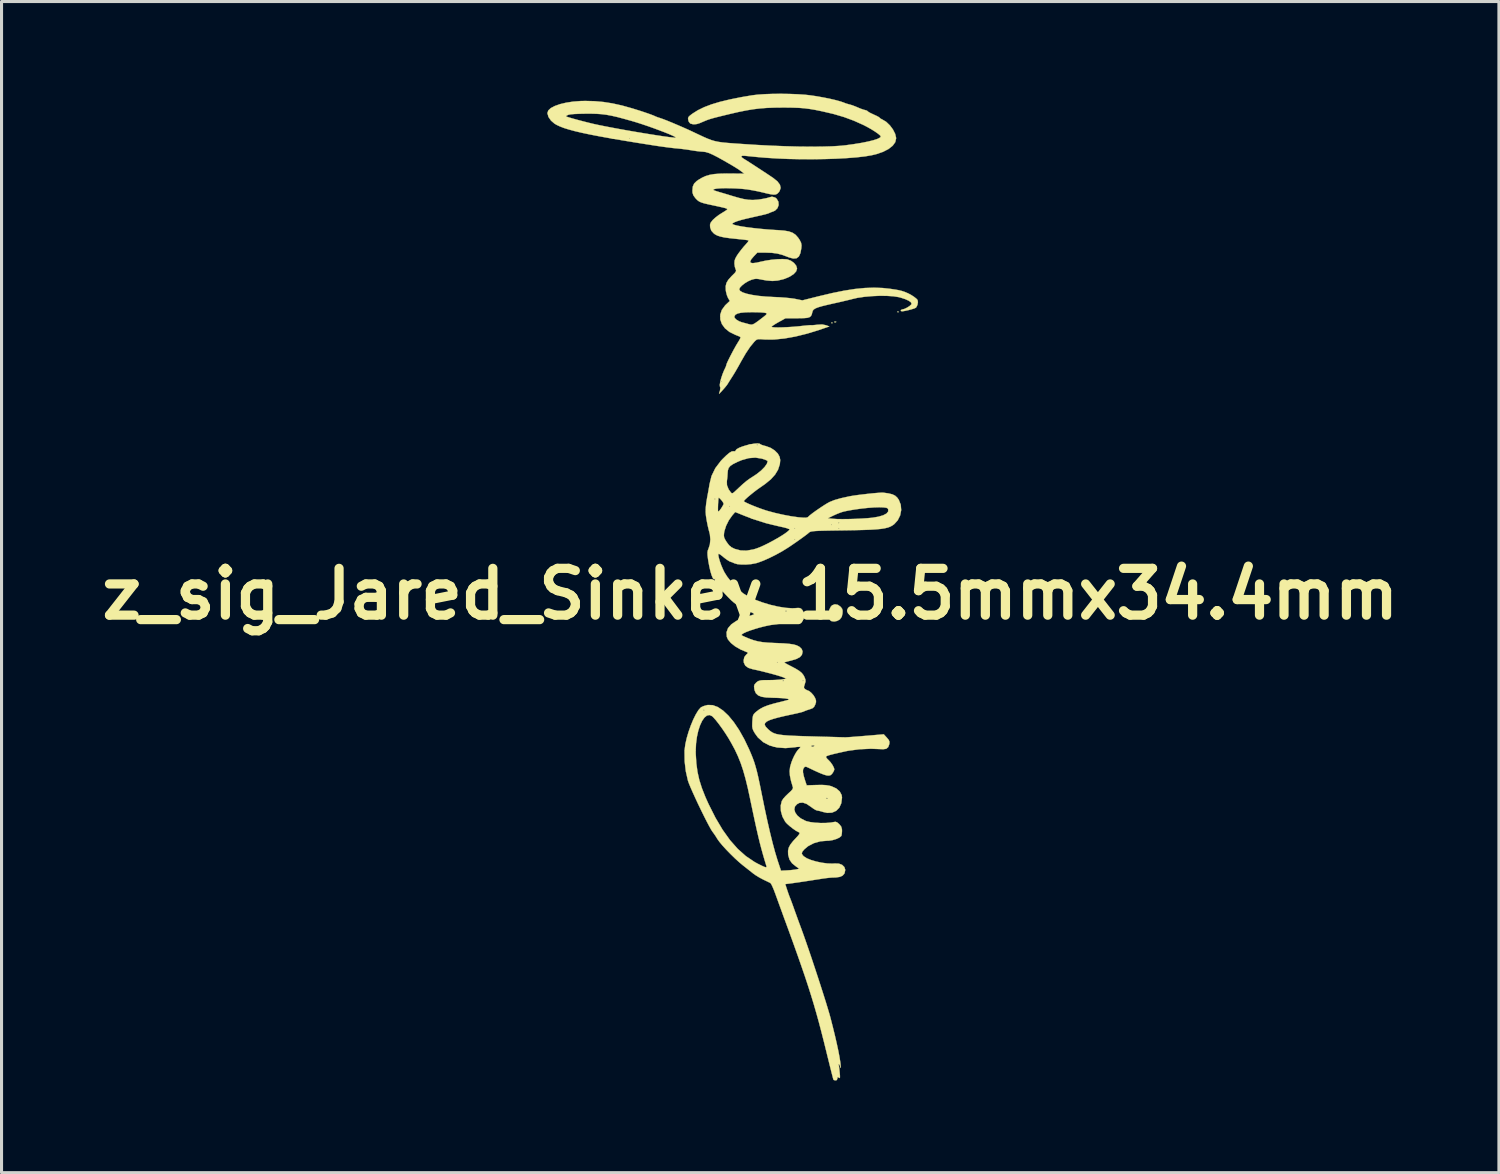
<source format=kicad_pcb>
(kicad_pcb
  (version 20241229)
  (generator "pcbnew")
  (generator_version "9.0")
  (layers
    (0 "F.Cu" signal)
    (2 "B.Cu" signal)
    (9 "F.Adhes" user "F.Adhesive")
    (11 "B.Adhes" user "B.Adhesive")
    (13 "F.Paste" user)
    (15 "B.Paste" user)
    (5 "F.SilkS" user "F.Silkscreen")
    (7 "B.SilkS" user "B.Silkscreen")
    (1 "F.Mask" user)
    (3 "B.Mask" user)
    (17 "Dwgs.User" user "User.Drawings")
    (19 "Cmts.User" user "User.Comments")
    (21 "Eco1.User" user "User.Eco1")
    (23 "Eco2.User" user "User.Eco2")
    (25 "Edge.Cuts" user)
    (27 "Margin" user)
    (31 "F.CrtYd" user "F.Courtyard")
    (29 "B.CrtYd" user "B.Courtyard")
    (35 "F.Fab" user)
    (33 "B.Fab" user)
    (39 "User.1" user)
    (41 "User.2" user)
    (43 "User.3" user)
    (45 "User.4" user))
  (footprint "z_sig_Jared_Sinkey_15.5mmx34.4mm"
    (layer "F.Cu")
    (at 21.38 16.292)
    (property "Reference" "z_sig_Jared_Sinkey_15.5mmx34.4mm" (at 0 0 0) (layer "F.SilkS") (effects (font (size 1.524 1.524) (thickness 0.3))))
    (attr through_hole)
    (fp_poly (pts (xy 2.679 -8.835) (xy 2.675 -8.817) (xy 2.66 -8.815) (xy 2.635 -8.826) (xy 2.64 -8.835) (xy 2.675 -8.839) (xy 2.679 -8.835)) (stroke (width 0.01) (type solid)) (fill yes) (layer "F.SilkS"))
    (fp_poly (pts (xy 2.801 -8.863) (xy 2.792 -8.85) (xy 2.762 -8.848) (xy 2.73 -8.855) (xy 2.744 -8.866) (xy 2.79 -8.869) (xy 2.801 -8.863)) (stroke (width 0.01) (type solid)) (fill yes) (layer "F.SilkS"))
    (fp_poly (pts (xy 4.831 -9.194) (xy 4.827 -9.176) (xy 4.811 -9.174) (xy 4.786 -9.185) (xy 4.791 -9.194) (xy 4.827 -9.197) (xy 4.831 -9.194)) (stroke (width 0.01) (type solid)) (fill yes) (layer "F.SilkS"))
    (fp_poly (pts (xy 2.854 0.353) (xy 2.939 0.413) (xy 2.99 0.478) (xy 3.008 0.545) (xy 3.005 0.629) (xy 2.98 0.742) (xy 2.922 0.822) (xy 2.914 0.829) (xy 2.829 0.877) (xy 2.732 0.896) (xy 2.646 0.884) (xy 2.602 0.854) (xy 2.56 0.762) (xy 2.551 0.644) (xy 2.572 0.521) (xy 2.621 0.417) (xy 2.666 0.368) (xy 2.756 0.335) (xy 2.854 0.353)) (stroke (width 0.01) (type solid)) (fill yes) (layer "F.SilkS"))
    (fp_poly (pts (xy 1.28 -16.283) (xy 1.544 -16.273) (xy 1.782 -16.257) (xy 1.93 -16.241) (xy 2.146 -16.21) (xy 2.366 -16.171) (xy 2.579 -16.129) (xy 2.772 -16.084) (xy 2.933 -16.04) (xy 3.051 -16) (xy 3.079 -15.987) (xy 3.139 -15.966) (xy 3.222 -15.943) (xy 3.228 -15.942) (xy 3.316 -15.916) (xy 3.425 -15.875) (xy 3.488 -15.848) (xy 3.593 -15.804) (xy 3.69 -15.77) (xy 3.735 -15.759) (xy 3.798 -15.74) (xy 3.825 -15.719) (xy 3.825 -15.719) (xy 3.85 -15.697) (xy 3.917 -15.66) (xy 4.011 -15.616) (xy 4.019 -15.612) (xy 4.115 -15.568) (xy 4.184 -15.531) (xy 4.213 -15.508) (xy 4.213 -15.507) (xy 4.238 -15.483) (xy 4.298 -15.451) (xy 4.303 -15.449) (xy 4.428 -15.374) (xy 4.547 -15.26) (xy 4.647 -15.125) (xy 4.719 -14.983) (xy 4.75 -14.851) (xy 4.75 -14.837) (xy 4.722 -14.713) (xy 4.638 -14.597) (xy 4.504 -14.491) (xy 4.324 -14.398) (xy 4.102 -14.322) (xy 3.959 -14.288) (xy 3.737 -14.25) (xy 3.465 -14.219) (xy 3.15 -14.194) (xy 2.802 -14.175) (xy 2.43 -14.163) (xy 2.042 -14.157) (xy 1.647 -14.158) (xy 1.254 -14.166) (xy 0.872 -14.182) (xy 0.509 -14.205) (xy 0.269 -14.225) (xy 0.122 -14.239) (xy -0.016 -14.253) (xy -0.127 -14.264) (xy -0.172 -14.268) (xy -0.261 -14.269) (xy -0.294 -14.251) (xy -0.271 -14.214) (xy -0.217 -14.175) (xy -0.11 -14.109) (xy 0.032 -14.018) (xy 0.195 -13.912) (xy 0.366 -13.8) (xy 0.531 -13.692) (xy 0.674 -13.596) (xy 0.747 -13.547) (xy 0.887 -13.434) (xy 0.967 -13.326) (xy 0.99 -13.222) (xy 0.955 -13.119) (xy 0.921 -13.074) (xy 0.879 -13.033) (xy 0.831 -13.01) (xy 0.765 -13.004) (xy 0.672 -13.015) (xy 0.54 -13.043) (xy 0.424 -13.072) (xy 0.258 -13.11) (xy 0.075 -13.146) (xy -0.094 -13.174) (xy -0.134 -13.179) (xy -0.291 -13.195) (xy -0.465 -13.206) (xy -0.645 -13.212) (xy -0.817 -13.214) (xy -0.969 -13.21) (xy -1.089 -13.201) (xy -1.162 -13.187) (xy -1.165 -13.186) (xy -1.198 -13.17) (xy -1.198 -13.154) (xy -1.16 -13.135) (xy -1.074 -13.108) (xy -1.016 -13.09) (xy -0.876 -13.049) (xy -0.728 -13.005) (xy -0.613 -12.969) (xy -0.391 -12.904) (xy -0.211 -12.86) (xy -0.057 -12.836) (xy 0.084 -12.83) (xy 0.226 -12.839) (xy 0.287 -12.846) (xy 0.411 -12.866) (xy 0.517 -12.887) (xy 0.588 -12.905) (xy 0.601 -12.911) (xy 0.708 -12.938) (xy 0.811 -12.91) (xy 0.861 -12.87) (xy 0.917 -12.772) (xy 0.924 -12.664) (xy 0.886 -12.563) (xy 0.808 -12.485) (xy 0.75 -12.458) (xy 0.672 -12.43) (xy 0.618 -12.406) (xy 0.613 -12.403) (xy 0.571 -12.387) (xy 0.487 -12.363) (xy 0.378 -12.337) (xy 0.359 -12.332) (xy 0.215 -12.3) (xy 0.048 -12.262) (xy -0.109 -12.226) (xy -0.12 -12.224) (xy -0.286 -12.182) (xy -0.423 -12.141) (xy -0.521 -12.102) (xy -0.576 -12.069) (xy -0.579 -12.045) (xy -0.524 -12.021) (xy -0.418 -11.994) (xy -0.269 -11.966) (xy -0.086 -11.939) (xy 0.124 -11.913) (xy 0.352 -11.889) (xy 0.59 -11.868) (xy 0.829 -11.852) (xy 0.892 -11.849) (xy 1.099 -11.833) (xy 1.258 -11.806) (xy 1.38 -11.762) (xy 1.477 -11.696) (xy 1.559 -11.603) (xy 1.611 -11.525) (xy 1.655 -11.437) (xy 1.67 -11.353) (xy 1.664 -11.263) (xy 1.633 -11.099) (xy 1.582 -10.989) (xy 1.507 -10.932) (xy 1.402 -10.923) (xy 1.264 -10.96) (xy 1.221 -10.977) (xy 1.041 -11.044) (xy 0.877 -11.086) (xy 0.704 -11.109) (xy 0.497 -11.116) (xy 0.496 -11.116) (xy 0.23 -11.116) (xy 0.115 -10.995) (xy 0.031 -10.896) (xy -0.003 -10.826) (xy 0.015 -10.785) (xy 0.083 -10.773) (xy 0.204 -10.788) (xy 0.334 -10.818) (xy 0.506 -10.855) (xy 0.695 -10.884) (xy 0.884 -10.901) (xy 1.055 -10.906) (xy 1.189 -10.898) (xy 1.208 -10.895) (xy 1.323 -10.853) (xy 1.424 -10.78) (xy 1.496 -10.691) (xy 1.524 -10.598) (xy 1.524 -10.597) (xy 1.495 -10.506) (xy 1.414 -10.417) (xy 1.288 -10.335) (xy 1.125 -10.265) (xy 1.074 -10.249) (xy 0.893 -10.206) (xy 0.722 -10.193) (xy 0.537 -10.208) (xy 0.39 -10.234) (xy 0.273 -10.257) (xy 0.191 -10.264) (xy 0.12 -10.255) (xy 0.038 -10.231) (xy 0.037 -10.231) (xy -0.07 -10.184) (xy -0.177 -10.119) (xy -0.27 -10.046) (xy -0.335 -9.977) (xy -0.359 -9.922) (xy -0.33 -9.87) (xy -0.247 -9.821) (xy -0.115 -9.777) (xy 0.059 -9.739) (xy 0.27 -9.707) (xy 0.513 -9.684) (xy 0.777 -9.67) (xy 0.96 -9.662) (xy 1.143 -9.648) (xy 1.309 -9.632) (xy 1.438 -9.614) (xy 1.469 -9.608) (xy 1.697 -9.561) (xy 2.231 -9.695) (xy 2.667 -9.798) (xy 3.057 -9.877) (xy 3.408 -9.932) (xy 3.729 -9.964) (xy 4.028 -9.974) (xy 4.311 -9.964) (xy 4.551 -9.938) (xy 4.719 -9.913) (xy 4.843 -9.891) (xy 4.942 -9.866) (xy 5.032 -9.836) (xy 5.128 -9.795) (xy 5.14 -9.79) (xy 5.235 -9.74) (xy 5.331 -9.678) (xy 5.409 -9.617) (xy 5.448 -9.574) (xy 5.46 -9.504) (xy 5.445 -9.416) (xy 5.409 -9.341) (xy 5.392 -9.322) (xy 5.344 -9.299) (xy 5.257 -9.272) (xy 5.151 -9.243) (xy 5.046 -9.22) (xy 4.96 -9.206) (xy 4.938 -9.205) (xy 4.903 -9.218) (xy 4.908 -9.247) (xy 4.947 -9.266) (xy 4.953 -9.266) (xy 5.023 -9.284) (xy 5.108 -9.325) (xy 5.188 -9.376) (xy 5.242 -9.426) (xy 5.253 -9.449) (xy 5.234 -9.497) (xy 5.163 -9.549) (xy 5.05 -9.601) (xy 4.903 -9.649) (xy 4.834 -9.667) (xy 4.662 -9.694) (xy 4.448 -9.708) (xy 4.208 -9.71) (xy 3.958 -9.699) (xy 3.714 -9.677) (xy 3.492 -9.644) (xy 3.332 -9.607) (xy 3.25 -9.586) (xy 3.124 -9.556) (xy 2.969 -9.519) (xy 2.798 -9.48) (xy 2.719 -9.463) (xy 2.501 -9.413) (xy 2.334 -9.372) (xy 2.212 -9.336) (xy 2.127 -9.302) (xy 2.072 -9.268) (xy 2.04 -9.231) (xy 2.024 -9.188) (xy 2.023 -9.185) (xy 2.004 -9.106) (xy 1.976 -9.05) (xy 1.93 -9.014) (xy 1.857 -8.992) (xy 1.747 -8.983) (xy 1.589 -8.98) (xy 1.534 -8.979) (xy 1.15 -8.979) (xy 0.928 -8.857) (xy 0.825 -8.798) (xy 0.745 -8.746) (xy 0.699 -8.709) (xy 0.694 -8.702) (xy 0.717 -8.689) (xy 0.79 -8.682) (xy 0.903 -8.679) (xy 1.046 -8.682) (xy 1.21 -8.689) (xy 1.385 -8.7) (xy 1.562 -8.715) (xy 1.688 -8.729) (xy 1.811 -8.742) (xy 1.911 -8.751) (xy 1.975 -8.754) (xy 1.987 -8.753) (xy 2.031 -8.753) (xy 2.114 -8.76) (xy 2.186 -8.768) (xy 2.34 -8.777) (xy 2.464 -8.752) (xy 2.465 -8.752) (xy 2.575 -8.712) (xy 2.236 -8.596) (xy 1.848 -8.477) (xy 1.471 -8.384) (xy 1.113 -8.32) (xy 0.785 -8.287) (xy 0.495 -8.286) (xy 0.447 -8.289) (xy 0.332 -8.298) (xy 0.259 -8.297) (xy 0.21 -8.282) (xy 0.168 -8.25) (xy 0.129 -8.21) (xy -0.005 -8.047) (xy -0.149 -7.832) (xy -0.305 -7.561) (xy -0.313 -7.545) (xy -0.392 -7.403) (xy -0.478 -7.253) (xy -0.557 -7.123) (xy -0.583 -7.082) (xy -0.647 -6.982) (xy -0.7 -6.898) (xy -0.733 -6.844) (xy -0.735 -6.84) (xy -0.766 -6.796) (xy -0.818 -6.731) (xy -0.881 -6.659) (xy -0.942 -6.591) (xy -0.99 -6.541) (xy -1.015 -6.522) (xy -1.016 -6.523) (xy -1.006 -6.561) (xy -0.986 -6.619) (xy -0.973 -6.716) (xy -0.986 -6.754) (xy -0.992 -6.811) (xy -0.977 -6.907) (xy -0.974 -6.918) (xy -0.956 -6.918) (xy -0.941 -6.903) (xy -0.926 -6.918) (xy -0.941 -6.933) (xy -0.956 -6.918) (xy -0.974 -6.918) (xy -0.946 -7.027) (xy -0.903 -7.156) (xy -0.853 -7.28) (xy -0.825 -7.336) (xy -0.792 -7.409) (xy -0.777 -7.462) (xy -0.777 -7.464) (xy -0.763 -7.507) (xy -0.726 -7.589) (xy -0.672 -7.699) (xy -0.607 -7.825) (xy -0.538 -7.955) (xy -0.47 -8.077) (xy -0.41 -8.178) (xy -0.377 -8.23) (xy -0.335 -8.303) (xy -0.317 -8.354) (xy -0.321 -8.367) (xy -0.36 -8.389) (xy -0.436 -8.42) (xy -0.483 -8.438) (xy -0.675 -8.532) (xy -0.822 -8.651) (xy -0.923 -8.789) (xy -0.975 -8.939) (xy -0.976 -9.042) (xy -0.518 -9.042) (xy -0.508 -8.991) (xy -0.454 -8.935) (xy -0.369 -8.883) (xy -0.273 -8.847) (xy -0.165 -8.819) (xy -0.06 -8.79) (xy 0.001 -8.775) (xy 0.049 -8.771) (xy 0.098 -8.785) (xy 0.16 -8.82) (xy 0.248 -8.882) (xy 0.343 -8.954) (xy 0.447 -9.034) (xy 0.509 -9.087) (xy 0.535 -9.119) (xy 0.53 -9.138) (xy 0.504 -9.151) (xy 0.449 -9.161) (xy 0.349 -9.169) (xy 0.216 -9.174) (xy 0.066 -9.176) (xy 0.054 -9.176) (xy -0.15 -9.172) (xy -0.303 -9.158) (xy -0.41 -9.134) (xy -0.479 -9.097) (xy -0.516 -9.046) (xy -0.518 -9.042) (xy -0.976 -9.042) (xy -0.977 -9.095) (xy -0.926 -9.249) (xy -0.819 -9.396) (xy -0.794 -9.421) (xy -0.665 -9.542) (xy -0.723 -9.64) (xy -0.76 -9.729) (xy -0.789 -9.843) (xy -0.797 -9.899) (xy -0.8 -10.024) (xy -0.774 -10.13) (xy -0.713 -10.232) (xy -0.61 -10.347) (xy -0.58 -10.376) (xy -0.506 -10.45) (xy -0.469 -10.5) (xy -0.462 -10.538) (xy -0.477 -10.577) (xy -0.501 -10.65) (xy -0.514 -10.747) (xy -0.515 -10.773) (xy -0.51 -10.852) (xy -0.484 -10.928) (xy -0.432 -11.02) (xy -0.386 -11.088) (xy -0.302 -11.199) (xy -0.213 -11.309) (xy -0.14 -11.39) (xy -0.075 -11.465) (xy -0.056 -11.508) (xy -0.066 -11.518) (xy -0.11 -11.525) (xy -0.2 -11.537) (xy -0.322 -11.55) (xy -0.448 -11.563) (xy -0.671 -11.587) (xy -0.844 -11.611) (xy -0.975 -11.64) (xy -1.075 -11.673) (xy -1.152 -11.715) (xy -1.19 -11.744) (xy -1.269 -11.832) (xy -1.305 -11.938) (xy -1.306 -11.946) (xy -1.31 -12.023) (xy -1.292 -12.084) (xy -1.243 -12.151) (xy -1.217 -12.181) (xy -1.133 -12.258) (xy -1.023 -12.342) (xy -0.93 -12.401) (xy -0.84 -12.456) (xy -0.774 -12.5) (xy -0.747 -12.525) (xy -0.747 -12.526) (xy -0.754 -12.54) (xy -0.778 -12.554) (xy -0.829 -12.57) (xy -0.915 -12.591) (xy -1.043 -12.62) (xy -1.197 -12.653) (xy -1.375 -12.691) (xy -1.505 -12.722) (xy -1.599 -12.752) (xy -1.667 -12.784) (xy -1.72 -12.823) (xy -1.771 -12.874) (xy -1.787 -12.892) (xy -1.851 -12.98) (xy -1.879 -13.065) (xy -1.883 -13.133) (xy -1.871 -13.266) (xy -1.827 -13.364) (xy -1.742 -13.448) (xy -1.682 -13.489) (xy -1.564 -13.558) (xy -1.448 -13.611) (xy -1.322 -13.648) (xy -1.175 -13.673) (xy -0.999 -13.687) (xy -0.78 -13.692) (xy -0.598 -13.691) (xy -0.194 -13.687) (xy -0.281 -13.754) (xy -0.339 -13.797) (xy -0.405 -13.842) (xy -0.489 -13.895) (xy -0.598 -13.961) (xy -0.745 -14.046) (xy -0.858 -14.111) (xy -1.061 -14.224) (xy -1.223 -14.307) (xy -1.352 -14.362) (xy -1.456 -14.393) (xy -1.543 -14.403) (xy -1.549 -14.403) (xy -1.63 -14.409) (xy -1.748 -14.423) (xy -1.88 -14.442) (xy -1.912 -14.448) (xy -2.071 -14.473) (xy -2.245 -14.495) (xy -2.4 -14.511) (xy -2.406 -14.511) (xy -2.516 -14.522) (xy -2.67 -14.541) (xy -2.852 -14.565) (xy -3.046 -14.593) (xy -3.182 -14.614) (xy -3.695 -14.695) (xy -4.151 -14.77) (xy -4.541 -14.837) (xy -3.944 -14.837) (xy -3.93 -14.822) (xy -3.915 -14.837) (xy -3.93 -14.852) (xy -3.944 -14.837) (xy -4.541 -14.837) (xy -4.555 -14.839) (xy -4.91 -14.903) (xy -5.219 -14.963) (xy -5.486 -15.019) (xy -5.714 -15.073) (xy -5.906 -15.125) (xy -6.067 -15.175) (xy -6.198 -15.226) (xy -6.305 -15.276) (xy -6.374 -15.317) (xy -6.487 -15.414) (xy -6.567 -15.529) (xy -6.574 -15.554) (xy -6.001 -15.554) (xy -6 -15.553) (xy -5.965 -15.538) (xy -5.883 -15.512) (xy -5.766 -15.478) (xy -5.624 -15.439) (xy -5.469 -15.398) (xy -5.313 -15.358) (xy -5.167 -15.322) (xy -5.095 -15.305) (xy -4.923 -15.268) (xy -4.72 -15.227) (xy -4.495 -15.184) (xy -4.253 -15.139) (xy -4.001 -15.094) (xy -3.747 -15.05) (xy -3.496 -15.008) (xy -3.256 -14.969) (xy -3.034 -14.934) (xy -2.836 -14.904) (xy -2.669 -14.881) (xy -2.539 -14.866) (xy -2.454 -14.859) (xy -2.421 -14.862) (xy -2.42 -14.863) (xy -2.447 -14.885) (xy -2.523 -14.923) (xy -2.638 -14.974) (xy -2.785 -15.033) (xy -2.956 -15.098) (xy -3.141 -15.167) (xy -3.333 -15.235) (xy -3.523 -15.299) (xy -3.703 -15.357) (xy -3.84 -15.398) (xy -4.105 -15.472) (xy -4.326 -15.531) (xy -4.515 -15.574) (xy -4.683 -15.605) (xy -4.842 -15.625) (xy -5.006 -15.636) (xy -5.186 -15.641) (xy -5.334 -15.641) (xy -5.549 -15.637) (xy -5.724 -15.63) (xy -5.851 -15.619) (xy -5.924 -15.604) (xy -5.928 -15.603) (xy -5.984 -15.574) (xy -6.001 -15.554) (xy -6.574 -15.554) (xy -6.603 -15.645) (xy -6.604 -15.665) (xy -6.575 -15.746) (xy -6.494 -15.822) (xy -6.365 -15.89) (xy -6.197 -15.95) (xy -5.996 -15.998) (xy -5.769 -16.033) (xy -5.521 -16.052) (xy -5.367 -16.055) (xy -5.067 -16.047) (xy -4.778 -16.021) (xy -4.487 -15.975) (xy -4.179 -15.907) (xy -3.843 -15.813) (xy -3.571 -15.728) (xy -3.421 -15.678) (xy -3.291 -15.633) (xy -3.191 -15.596) (xy -3.132 -15.573) (xy -3.123 -15.568) (xy -3.078 -15.547) (xy -2.998 -15.517) (xy -2.943 -15.5) (xy -2.851 -15.468) (xy -2.717 -15.417) (xy -2.555 -15.351) (xy -2.376 -15.275) (xy -2.193 -15.196) (xy -2.02 -15.119) (xy -1.898 -15.062) (xy -1.692 -14.965) (xy -1.526 -14.887) (xy -1.388 -14.827) (xy -1.268 -14.781) (xy -1.155 -14.748) (xy -1.036 -14.723) (xy -0.903 -14.704) (xy -0.742 -14.688) (xy -0.544 -14.673) (xy -0.299 -14.656) (xy 0.193 -14.624) (xy 0.671 -14.599) (xy 1.131 -14.581) (xy 1.566 -14.569) (xy 1.969 -14.565) (xy 2.336 -14.568) (xy 2.659 -14.577) (xy 2.934 -14.594) (xy 3.093 -14.61) (xy 3.376 -14.649) (xy 3.628 -14.69) (xy 3.844 -14.734) (xy 4.019 -14.778) (xy 4.149 -14.821) (xy 4.228 -14.863) (xy 4.252 -14.896) (xy 4.229 -14.932) (xy 4.163 -14.988) (xy 4.063 -15.058) (xy 3.94 -15.135) (xy 3.803 -15.212) (xy 3.687 -15.272) (xy 3.372 -15.413) (xy 3.053 -15.531) (xy 2.709 -15.632) (xy 2.331 -15.72) (xy 2.12 -15.763) (xy 1.937 -15.794) (xy 1.764 -15.816) (xy 1.586 -15.83) (xy 1.388 -15.837) (xy 1.152 -15.84) (xy 1.041 -15.84) (xy 0.772 -15.837) (xy 0.536 -15.828) (xy 0.316 -15.811) (xy 0.101 -15.785) (xy -0.124 -15.748) (xy -0.373 -15.698) (xy -0.659 -15.632) (xy -0.792 -15.6) (xy -0.993 -15.551) (xy -1.147 -15.512) (xy -1.266 -15.479) (xy -1.359 -15.45) (xy -1.439 -15.42) (xy -1.517 -15.387) (xy -1.531 -15.381) (xy -1.649 -15.331) (xy -1.736 -15.304) (xy -1.813 -15.295) (xy -1.868 -15.297) (xy -1.954 -15.32) (xy -2.003 -15.382) (xy -2.019 -15.438) (xy -2.025 -15.491) (xy -2.01 -15.533) (xy -1.964 -15.579) (xy -1.879 -15.643) (xy -1.706 -15.752) (xy -1.503 -15.851) (xy -1.265 -15.942) (xy -0.986 -16.026) (xy -0.662 -16.104) (xy -0.288 -16.179) (xy 0.073 -16.24) (xy 0.252 -16.261) (xy 0.477 -16.276) (xy 0.732 -16.285) (xy 1.005 -16.287) (xy 1.28 -16.283)) (stroke (width 0.01) (type solid)) (fill yes) (layer "F.SilkS"))
    (fp_poly (pts (xy 0.309 -4.893) (xy 0.324 -4.881) (xy 0.362 -4.859) (xy 0.439 -4.833) (xy 0.506 -4.816) (xy 0.656 -4.762) (xy 0.792 -4.677) (xy 0.898 -4.572) (xy 0.956 -4.467) (xy 0.976 -4.363) (xy 0.965 -4.241) (xy 0.959 -4.213) (xy 0.904 -4.046) (xy 0.809 -3.888) (xy 0.671 -3.735) (xy 0.482 -3.58) (xy 0.344 -3.484) (xy 0.237 -3.409) (xy 0.123 -3.323) (xy 0.012 -3.233) (xy -0.087 -3.15) (xy -0.162 -3.081) (xy -0.204 -3.034) (xy -0.209 -3.022) (xy -0.183 -3) (xy -0.111 -2.963) (xy -0.005 -2.915) (xy 0.123 -2.862) (xy 0.263 -2.808) (xy 0.404 -2.757) (xy 0.534 -2.714) (xy 0.558 -2.707) (xy 0.806 -2.64) (xy 1.071 -2.58) (xy 1.332 -2.531) (xy 1.566 -2.498) (xy 1.622 -2.493) (xy 1.746 -2.484) (xy 1.825 -2.486) (xy 1.871 -2.499) (xy 1.891 -2.516) (xy 1.94 -2.562) (xy 2.027 -2.63) (xy 2.139 -2.711) (xy 2.264 -2.797) (xy 2.389 -2.88) (xy 2.5 -2.949) (xy 2.585 -2.996) (xy 2.74 -3.058) (xy 2.949 -3.118) (xy 3.207 -3.175) (xy 3.245 -3.183) (xy 3.36 -3.202) (xy 3.507 -3.223) (xy 3.672 -3.243) (xy 3.843 -3.263) (xy 4.007 -3.28) (xy 4.151 -3.292) (xy 4.262 -3.3) (xy 4.327 -3.3) (xy 4.328 -3.3) (xy 4.501 -3.276) (xy 4.627 -3.245) (xy 4.718 -3.201) (xy 4.787 -3.138) (xy 4.837 -3.067) (xy 4.901 -2.906) (xy 4.915 -2.732) (xy 4.881 -2.558) (xy 4.801 -2.398) (xy 4.69 -2.276) (xy 4.63 -2.232) (xy 4.563 -2.195) (xy 4.482 -2.164) (xy 4.382 -2.14) (xy 4.257 -2.12) (xy 4.1 -2.105) (xy 3.907 -2.093) (xy 3.671 -2.085) (xy 3.386 -2.078) (xy 3.093 -2.073) (xy 2.804 -2.069) (xy 2.569 -2.065) (xy 2.382 -2.061) (xy 2.237 -2.057) (xy 2.127 -2.051) (xy 2.048 -2.044) (xy 1.992 -2.036) (xy 1.954 -2.025) (xy 1.928 -2.012) (xy 1.908 -1.995) (xy 1.907 -1.994) (xy 1.853 -1.949) (xy 1.76 -1.879) (xy 1.64 -1.792) (xy 1.503 -1.695) (xy 1.362 -1.598) (xy 1.226 -1.507) (xy 1.21 -1.497) (xy 1.027 -1.384) (xy 0.824 -1.273) (xy 0.618 -1.171) (xy 0.424 -1.085) (xy 0.256 -1.023) (xy 0.19 -1.003) (xy 0.038 -0.974) (xy -0.125 -0.96) (xy -0.284 -0.959) (xy -0.42 -0.972) (xy -0.516 -1) (xy -0.519 -1.001) (xy -0.587 -1.032) (xy -0.631 -1.046) (xy -0.632 -1.046) (xy -0.677 -1.064) (xy -0.752 -1.111) (xy -0.841 -1.176) (xy -0.93 -1.249) (xy -0.934 -1.252) (xy -0.991 -1.295) (xy -1.031 -1.308) (xy -1.035 -1.306) (xy -1.04 -1.264) (xy -1.024 -1.181) (xy -0.992 -1.071) (xy -0.948 -0.945) (xy -0.895 -0.818) (xy -0.843 -0.71) (xy -0.754 -0.569) (xy -0.63 -0.41) (xy -0.486 -0.251) (xy -0.338 -0.108) (xy -0.23 -0.02) (xy -0.062 0.084) (xy 0.151 0.184) (xy 0.394 0.274) (xy 0.651 0.352) (xy 0.91 0.412) (xy 1.154 0.451) (xy 1.369 0.465) (xy 1.457 0.461) (xy 1.559 0.454) (xy 1.621 0.46) (xy 1.662 0.483) (xy 1.7 0.525) (xy 1.748 0.621) (xy 1.758 0.724) (xy 1.735 0.82) (xy 1.682 0.892) (xy 1.605 0.926) (xy 1.591 0.927) (xy 1.472 0.932) (xy 1.315 0.942) (xy 1.142 0.955) (xy 0.973 0.97) (xy 0.831 0.985) (xy 0.807 0.988) (xy 0.651 1.013) (xy 0.483 1.048) (xy 0.312 1.091) (xy 0.148 1.139) (xy -0.002 1.188) (xy -0.128 1.236) (xy -0.222 1.28) (xy -0.275 1.317) (xy -0.278 1.345) (xy -0.241 1.365) (xy -0.162 1.401) (xy -0.058 1.445) (xy -0.025 1.458) (xy 0.11 1.506) (xy 0.247 1.542) (xy 0.398 1.568) (xy 0.579 1.585) (xy 0.802 1.596) (xy 0.863 1.598) (xy 1.092 1.608) (xy 1.27 1.623) (xy 1.406 1.643) (xy 1.507 1.671) (xy 1.583 1.708) (xy 1.606 1.723) (xy 1.677 1.793) (xy 1.703 1.869) (xy 1.703 1.885) (xy 1.683 1.979) (xy 1.618 2.055) (xy 1.505 2.115) (xy 1.336 2.166) (xy 1.336 2.166) (xy 1.229 2.192) (xy 1.148 2.215) (xy 1.108 2.229) (xy 1.106 2.23) (xy 1.13 2.247) (xy 1.196 2.284) (xy 1.29 2.333) (xy 1.32 2.348) (xy 1.481 2.433) (xy 1.597 2.505) (xy 1.677 2.571) (xy 1.732 2.641) (xy 1.764 2.701) (xy 1.796 2.784) (xy 1.8 2.85) (xy 1.776 2.933) (xy 1.775 2.937) (xy 1.751 3.015) (xy 1.751 3.058) (xy 1.777 3.09) (xy 1.785 3.096) (xy 1.837 3.128) (xy 1.861 3.137) (xy 1.92 3.162) (xy 1.992 3.222) (xy 2.061 3.301) (xy 2.108 3.379) (xy 2.139 3.459) (xy 2.142 3.521) (xy 2.118 3.597) (xy 2.115 3.605) (xy 2.078 3.676) (xy 2.028 3.72) (xy 1.942 3.753) (xy 1.924 3.758) (xy 1.834 3.787) (xy 1.767 3.813) (xy 1.748 3.823) (xy 1.708 3.838) (xy 1.623 3.861) (xy 1.505 3.889) (xy 1.39 3.914) (xy 1.121 3.972) (xy 0.906 4.023) (xy 0.742 4.069) (xy 0.623 4.11) (xy 0.545 4.149) (xy 0.535 4.156) (xy 0.481 4.207) (xy 0.471 4.26) (xy 0.506 4.325) (xy 0.591 4.412) (xy 0.595 4.416) (xy 0.651 4.463) (xy 0.707 4.502) (xy 0.772 4.534) (xy 0.851 4.56) (xy 0.95 4.58) (xy 1.077 4.596) (xy 1.237 4.609) (xy 1.437 4.619) (xy 1.683 4.628) (xy 1.982 4.637) (xy 2.017 4.638) (xy 2.26 4.645) (xy 2.485 4.651) (xy 2.686 4.656) (xy 2.855 4.661) (xy 2.984 4.665) (xy 3.067 4.667) (xy 3.093 4.668) (xy 3.14 4.666) (xy 3.237 4.66) (xy 3.373 4.65) (xy 3.538 4.637) (xy 3.722 4.622) (xy 3.75 4.62) (xy 4.348 4.569) (xy 4.448 4.678) (xy 4.51 4.753) (xy 4.534 4.812) (xy 4.53 4.878) (xy 4.53 4.881) (xy 4.493 4.985) (xy 4.428 5.041) (xy 4.325 5.055) (xy 4.295 5.053) (xy 3.928 5.039) (xy 3.557 5.056) (xy 3.206 5.102) (xy 3.123 5.118) (xy 2.892 5.169) (xy 2.716 5.21) (xy 2.589 5.243) (xy 2.508 5.27) (xy 2.468 5.292) (xy 2.472 5.324) (xy 2.514 5.375) (xy 2.537 5.396) (xy 2.614 5.477) (xy 2.682 5.575) (xy 2.692 5.594) (xy 2.728 5.669) (xy 2.737 5.719) (xy 2.718 5.769) (xy 2.697 5.807) (xy 2.66 5.861) (xy 2.619 5.897) (xy 2.565 5.913) (xy 2.494 5.909) (xy 2.397 5.881) (xy 2.267 5.83) (xy 2.098 5.754) (xy 1.887 5.653) (xy 1.819 5.624) (xy 1.781 5.624) (xy 1.749 5.656) (xy 1.743 5.664) (xy 1.718 5.723) (xy 1.717 5.806) (xy 1.741 5.925) (xy 1.788 6.081) (xy 1.838 6.23) (xy 2.158 6.22) (xy 2.333 6.217) (xy 2.467 6.225) (xy 2.577 6.243) (xy 2.644 6.261) (xy 2.801 6.332) (xy 2.914 6.43) (xy 2.977 6.548) (xy 2.988 6.63) (xy 2.965 6.812) (xy 2.9 6.957) (xy 2.797 7.061) (xy 2.665 7.119) (xy 2.508 7.128) (xy 2.385 7.101) (xy 2.289 7.073) (xy 2.21 7.055) (xy 2.182 7.052) (xy 2.132 7.034) (xy 2.055 6.988) (xy 1.977 6.931) (xy 1.835 6.835) (xy 1.712 6.793) (xy 1.602 6.802) (xy 1.526 6.842) (xy 1.455 6.921) (xy 1.436 7.015) (xy 1.464 7.116) (xy 1.535 7.216) (xy 1.646 7.308) (xy 1.793 7.384) (xy 1.823 7.396) (xy 1.946 7.426) (xy 2.107 7.447) (xy 2.287 7.457) (xy 2.467 7.456) (xy 2.625 7.443) (xy 2.696 7.43) (xy 2.772 7.418) (xy 2.826 7.434) (xy 2.887 7.485) (xy 2.898 7.495) (xy 2.96 7.572) (xy 2.985 7.655) (xy 2.988 7.715) (xy 2.982 7.803) (xy 2.97 7.868) (xy 2.964 7.88) (xy 2.906 7.93) (xy 2.808 7.976) (xy 2.687 8.013) (xy 2.564 8.033) (xy 2.506 8.035) (xy 2.285 8.053) (xy 2.073 8.113) (xy 1.886 8.21) (xy 1.762 8.313) (xy 1.697 8.39) (xy 1.678 8.447) (xy 1.704 8.501) (xy 1.743 8.542) (xy 1.837 8.604) (xy 1.976 8.661) (xy 2.145 8.711) (xy 2.328 8.75) (xy 2.51 8.774) (xy 2.677 8.78) (xy 2.752 8.775) (xy 2.886 8.78) (xy 2.993 8.821) (xy 3.065 8.892) (xy 3.094 8.983) (xy 3.073 9.086) (xy 3.059 9.112) (xy 3.004 9.173) (xy 2.918 9.211) (xy 2.791 9.23) (xy 2.682 9.233) (xy 2.6 9.238) (xy 2.481 9.251) (xy 2.347 9.269) (xy 2.308 9.276) (xy 2.112 9.306) (xy 1.906 9.338) (xy 1.704 9.369) (xy 1.52 9.396) (xy 1.369 9.417) (xy 1.28 9.429) (xy 1.14 9.446) (xy 1.2 9.631) (xy 1.236 9.738) (xy 1.268 9.828) (xy 1.287 9.876) (xy 1.307 9.927) (xy 1.343 10.021) (xy 1.388 10.144) (xy 1.436 10.28) (xy 1.498 10.451) (xy 1.565 10.637) (xy 1.629 10.811) (xy 1.665 10.907) (xy 1.733 11.095) (xy 1.813 11.322) (xy 1.902 11.58) (xy 1.997 11.859) (xy 2.094 12.152) (xy 2.192 12.448) (xy 2.287 12.74) (xy 2.376 13.019) (xy 2.457 13.275) (xy 2.525 13.499) (xy 2.58 13.684) (xy 2.612 13.8) (xy 2.688 14.097) (xy 2.758 14.383) (xy 2.819 14.649) (xy 2.87 14.887) (xy 2.908 15.09) (xy 2.933 15.248) (xy 2.941 15.315) (xy 2.946 15.395) (xy 2.945 15.433) (xy 2.939 15.419) (xy 2.916 15.35) (xy 2.894 15.315) (xy 2.875 15.306) (xy 2.879 15.33) (xy 2.889 15.381) (xy 2.901 15.472) (xy 2.912 15.581) (xy 2.921 15.688) (xy 2.921 15.745) (xy 2.91 15.763) (xy 2.888 15.751) (xy 2.885 15.749) (xy 2.85 15.728) (xy 2.839 15.758) (xy 2.839 15.774) (xy 2.819 15.827) (xy 2.781 15.838) (xy 2.726 15.828) (xy 2.71 15.815) (xy 2.699 15.782) (xy 2.677 15.697) (xy 2.644 15.569) (xy 2.603 15.405) (xy 2.555 15.212) (xy 2.502 14.998) (xy 2.481 14.911) (xy 2.395 14.564) (xy 2.313 14.242) (xy 2.233 13.938) (xy 2.152 13.646) (xy 2.069 13.358) (xy 1.981 13.069) (xy 1.886 12.77) (xy 1.782 12.455) (xy 1.666 12.117) (xy 1.537 11.749) (xy 1.393 11.345) (xy 1.23 10.896) (xy 1.097 10.534) (xy 1.029 10.346) (xy 0.956 10.146) (xy 0.887 9.955) (xy 0.828 9.793) (xy 0.816 9.759) (xy 0.766 9.628) (xy 0.719 9.518) (xy 0.68 9.441) (xy 0.656 9.411) (xy 0.609 9.388) (xy 0.525 9.347) (xy 0.422 9.298) (xy 0.415 9.294) (xy 0.291 9.228) (xy 0.166 9.151) (xy 0.081 9.089) (xy -0.013 9.014) (xy -0.129 8.922) (xy -0.242 8.833) (xy -0.244 8.832) (xy -0.365 8.73) (xy -0.502 8.605) (xy -0.644 8.466) (xy -0.782 8.324) (xy -0.905 8.189) (xy -1.003 8.071) (xy -1.067 7.982) (xy -1.069 7.979) (xy -1.134 7.874) (xy -1.206 7.771) (xy -1.23 7.74) (xy -1.274 7.672) (xy -1.337 7.559) (xy -1.415 7.411) (xy -1.504 7.236) (xy -1.598 7.045) (xy -1.694 6.846) (xy -1.786 6.649) (xy -1.87 6.464) (xy -1.942 6.301) (xy -1.997 6.167) (xy -2.03 6.074) (xy -2.03 6.073) (xy -2.098 5.773) (xy -2.136 5.45) (xy -2.14 5.133) (xy -2.138 5.099) (xy -1.776 5.099) (xy -1.774 5.214) (xy -1.755 5.517) (xy -1.718 5.792) (xy -1.659 6.056) (xy -1.574 6.324) (xy -1.46 6.613) (xy -1.359 6.837) (xy -1.133 7.286) (xy -0.901 7.677) (xy -0.66 8.014) (xy -0.408 8.299) (xy -0.143 8.535) (xy 0.137 8.724) (xy 0.24 8.781) (xy 0.373 8.847) (xy 0.46 8.886) (xy 0.51 8.9) (xy 0.53 8.89) (xy 0.527 8.859) (xy 0.525 8.853) (xy 0.467 8.664) (xy 0.414 8.481) (xy 0.363 8.297) (xy 0.312 8.102) (xy 0.261 7.89) (xy 0.206 7.652) (xy 0.146 7.38) (xy 0.079 7.065) (xy 0.002 6.7) (xy -0.002 6.679) (xy -0.079 6.322) (xy -0.154 6.014) (xy -0.23 5.745) (xy -0.311 5.504) (xy -0.401 5.281) (xy -0.502 5.065) (xy -0.62 4.847) (xy -0.71 4.692) (xy -0.809 4.536) (xy -0.916 4.379) (xy -1.023 4.232) (xy -1.121 4.107) (xy -1.203 4.015) (xy -1.242 3.978) (xy -1.326 3.941) (xy -1.41 3.958) (xy -1.491 4.023) (xy -1.567 4.131) (xy -1.634 4.275) (xy -1.692 4.45) (xy -1.736 4.649) (xy -1.765 4.868) (xy -1.776 5.099) (xy -2.138 5.099) (xy -2.136 5.068) (xy -2.113 4.891) (xy -2.069 4.695) (xy -2.009 4.489) (xy -1.937 4.285) (xy -1.858 4.094) (xy -1.775 3.926) (xy -1.693 3.791) (xy -1.684 3.78) (xy -1.524 3.78) (xy -1.509 3.795) (xy -1.494 3.78) (xy -1.509 3.765) (xy -1.524 3.78) (xy -1.684 3.78) (xy -1.617 3.702) (xy -1.594 3.685) (xy -1.517 3.65) (xy -1.415 3.621) (xy -1.379 3.614) (xy -1.222 3.62) (xy -1.056 3.681) (xy -0.885 3.796) (xy -0.71 3.961) (xy -0.535 4.173) (xy -0.362 4.43) (xy -0.194 4.729) (xy -0.041 5.05) (xy 0.025 5.203) (xy 0.081 5.342) (xy 0.13 5.477) (xy 0.173 5.619) (xy 0.216 5.776) (xy 0.259 5.959) (xy 0.306 6.179) (xy 0.36 6.445) (xy 0.374 6.514) (xy 0.467 6.971) (xy 0.558 7.394) (xy 0.646 7.777) (xy 0.73 8.116) (xy 0.808 8.405) (xy 0.879 8.641) (xy 0.887 8.666) (xy 1.001 9.01) (xy 1.195 9) (xy 1.316 8.992) (xy 1.43 8.979) (xy 1.494 8.969) (xy 1.599 8.946) (xy 1.494 8.876) (xy 1.361 8.768) (xy 1.278 8.648) (xy 1.238 8.504) (xy 1.234 8.477) (xy 1.231 8.362) (xy 1.253 8.262) (xy 1.305 8.162) (xy 1.394 8.048) (xy 1.465 7.972) (xy 1.55 7.88) (xy 1.596 7.82) (xy 1.607 7.783) (xy 1.587 7.76) (xy 1.561 7.748) (xy 1.486 7.708) (xy 1.387 7.639) (xy 1.283 7.557) (xy 1.193 7.476) (xy 1.138 7.414) (xy 1.048 7.248) (xy 0.998 7.068) (xy 0.992 6.891) (xy 1.027 6.742) (xy 1.071 6.673) (xy 1.085 6.657) (xy 2.463 6.657) (xy 2.493 6.661) (xy 2.531 6.656) (xy 2.532 6.646) (xy 2.492 6.639) (xy 2.475 6.643) (xy 2.463 6.657) (xy 1.085 6.657) (xy 1.146 6.586) (xy 1.236 6.499) (xy 1.238 6.497) (xy 1.328 6.415) (xy 1.377 6.356) (xy 1.392 6.312) (xy 1.388 6.291) (xy 1.327 6.083) (xy 1.292 5.914) (xy 1.282 5.768) (xy 1.298 5.63) (xy 1.34 5.486) (xy 1.375 5.394) (xy 1.431 5.272) (xy 1.493 5.161) (xy 1.549 5.083) (xy 1.561 5.07) (xy 1.613 5.015) (xy 1.637 4.979) (xy 1.637 4.974) (xy 1.604 4.972) (xy 1.529 4.979) (xy 1.447 4.991) (xy 1.148 5.018) (xy 0.875 4.998) (xy 0.728 4.959) (xy 1.986 4.959) (xy 2.021 4.973) (xy 2.068 4.965) (xy 2.092 4.943) (xy 2.092 4.942) (xy 2.067 4.933) (xy 2.03 4.931) (xy 1.989 4.942) (xy 1.986 4.959) (xy 0.728 4.959) (xy 0.631 4.933) (xy 0.422 4.824) (xy 0.25 4.672) (xy 0.155 4.542) (xy 0.103 4.453) (xy 0.075 4.382) (xy 0.064 4.308) (xy 0.066 4.205) (xy 0.068 4.155) (xy 0.077 4.039) (xy 0.09 3.964) (xy 0.116 3.911) (xy 0.162 3.863) (xy 0.193 3.836) (xy 0.3 3.754) (xy 0.423 3.686) (xy 0.574 3.626) (xy 0.766 3.569) (xy 0.888 3.538) (xy 1.023 3.505) (xy 1.138 3.475) (xy 1.221 3.453) (xy 1.255 3.443) (xy 1.264 3.429) (xy 1.223 3.415) (xy 1.139 3.401) (xy 1.022 3.39) (xy 0.881 3.383) (xy 0.727 3.379) (xy 0.521 3.37) (xy 0.367 3.346) (xy 0.257 3.301) (xy 0.185 3.234) (xy 0.143 3.14) (xy 0.132 3.087) (xy 0.124 3.001) (xy 0.141 2.945) (xy 0.192 2.888) (xy 0.195 2.885) (xy 0.237 2.85) (xy 0.282 2.828) (xy 0.324 2.819) (xy 1.056 2.819) (xy 1.06 2.837) (xy 1.076 2.839) (xy 1.1 2.828) (xy 1.098 2.824) (xy 1.703 2.824) (xy 1.718 2.839) (xy 1.733 2.824) (xy 1.718 2.809) (xy 1.703 2.824) (xy 1.098 2.824) (xy 1.096 2.819) (xy 1.06 2.815) (xy 1.056 2.819) (xy 0.324 2.819) (xy 0.343 2.815) (xy 0.435 2.809) (xy 0.572 2.806) (xy 0.58 2.806) (xy 0.728 2.803) (xy 0.872 2.796) (xy 0.99 2.787) (xy 1.031 2.781) (xy 1.18 2.759) (xy 1.076 2.713) (xy 1.001 2.687) (xy 0.883 2.65) (xy 0.733 2.608) (xy 0.566 2.564) (xy 0.395 2.52) (xy 0.234 2.482) (xy 0.098 2.453) (xy 0.086 2.451) (xy -0.064 2.404) (xy -0.162 2.332) (xy -0.209 2.233) (xy -0.21 2.226) (xy 0.867 2.226) (xy 0.882 2.241) (xy 0.896 2.226) (xy 0.882 2.211) (xy 0.867 2.226) (xy -0.21 2.226) (xy -0.215 2.159) (xy -0.192 2.053) (xy -0.134 1.98) (xy -0.085 1.933) (xy -0.079 1.909) (xy -0.11 1.893) (xy -0.312 1.809) (xy -0.488 1.708) (xy -0.628 1.596) (xy -0.725 1.481) (xy -0.764 1.391) (xy -0.772 1.246) (xy -0.723 1.112) (xy -0.616 0.989) (xy -0.455 0.879) (xy -0.326 0.822) (xy 0.657 0.822) (xy 0.672 0.837) (xy 0.687 0.822) (xy 0.672 0.807) (xy 0.657 0.822) (xy -0.326 0.822) (xy -0.238 0.783) (xy -0.075 0.73) (xy 0.023 0.699) (xy 0.097 0.673) (xy 0.128 0.658) (xy 0.113 0.639) (xy 0.055 0.605) (xy -0.037 0.565) (xy -0.066 0.553) (xy -0.079 0.548) (xy 1.145 0.548) (xy 1.15 0.566) (xy 1.165 0.568) (xy 1.19 0.557) (xy 1.185 0.548) (xy 1.15 0.544) (xy 1.145 0.548) (xy -0.079 0.548) (xy -0.183 0.504) (xy -0.288 0.452) (xy -0.36 0.409) (xy -0.364 0.406) (xy -0.444 0.345) (xy -0.533 0.278) (xy -0.543 0.27) (xy -0.605 0.217) (xy -0.694 0.13) (xy -0.8 0.02) (xy -0.911 -0.1) (xy -1.017 -0.218) (xy -1.106 -0.324) (xy -1.108 -0.326) (xy -1.149 -0.407) (xy -1.149 -0.461) (xy -1.143 -0.498) (xy -1.158 -0.484) (xy -1.187 -0.478) (xy -1.221 -0.522) (xy -1.258 -0.611) (xy -1.296 -0.737) (xy -1.332 -0.893) (xy -1.365 -1.07) (xy -1.376 -1.145) (xy -1.391 -1.27) (xy -1.393 -1.355) (xy -1.382 -1.418) (xy -1.36 -1.473) (xy -1.315 -1.611) (xy -1.299 -1.776) (xy -1.311 -1.906) (xy -0.859 -1.906) (xy -0.85 -1.839) (xy -0.816 -1.768) (xy -0.766 -1.688) (xy -0.691 -1.588) (xy -0.617 -1.524) (xy -0.519 -1.475) (xy -0.502 -1.468) (xy -0.315 -1.418) (xy -0.12 -1.412) (xy 0.097 -1.45) (xy 0.181 -1.474) (xy 0.298 -1.517) (xy 0.438 -1.579) (xy 0.593 -1.655) (xy 0.752 -1.74) (xy 0.819 -1.778) (xy 1.434 -1.778) (xy 1.449 -1.763) (xy 1.464 -1.778) (xy 1.449 -1.793) (xy 1.434 -1.778) (xy 0.819 -1.778) (xy 0.906 -1.827) (xy 1.045 -1.912) (xy 1.16 -1.99) (xy 1.242 -2.054) (xy 1.281 -2.099) (xy 1.283 -2.105) (xy 1.257 -2.121) (xy 1.21 -2.137) (xy 1.434 -2.137) (xy 1.449 -2.122) (xy 1.464 -2.137) (xy 2.869 -2.137) (xy 2.884 -2.122) (xy 2.899 -2.137) (xy 2.884 -2.152) (xy 2.869 -2.137) (xy 1.464 -2.137) (xy 1.449 -2.152) (xy 1.434 -2.137) (xy 1.21 -2.137) (xy 1.184 -2.145) (xy 1.076 -2.173) (xy 0.96 -2.198) (xy 0.717 -2.256) (xy 2.63 -2.256) (xy 2.645 -2.241) (xy 2.66 -2.256) (xy 2.645 -2.271) (xy 2.63 -2.256) (xy 0.717 -2.256) (xy 0.527 -2.302) (xy 0.482 -2.316) (xy 2.869 -2.316) (xy 2.884 -2.301) (xy 2.899 -2.316) (xy 2.884 -2.331) (xy 2.869 -2.316) (xy 0.482 -2.316) (xy 0.098 -2.438) (xy 0.026 -2.465) (xy 2.525 -2.465) (xy 2.704 -2.448) (xy 2.832 -2.44) (xy 3.004 -2.438) (xy 3.205 -2.44) (xy 3.418 -2.446) (xy 3.629 -2.456) (xy 3.822 -2.469) (xy 3.974 -2.483) (xy 4.175 -2.517) (xy 4.33 -2.563) (xy 4.437 -2.62) (xy 4.492 -2.686) (xy 4.492 -2.759) (xy 4.48 -2.783) (xy 4.434 -2.807) (xy 4.338 -2.82) (xy 4.201 -2.824) (xy 4.032 -2.819) (xy 3.839 -2.805) (xy 3.632 -2.783) (xy 3.418 -2.754) (xy 3.208 -2.719) (xy 3.049 -2.686) (xy 2.952 -2.657) (xy 2.83 -2.61) (xy 2.72 -2.561) (xy 2.525 -2.465) (xy 0.026 -2.465) (xy -0.193 -2.549) (xy -0.49 -2.669) (xy -0.586 -2.558) (xy -0.697 -2.401) (xy -0.786 -2.222) (xy -0.843 -2.044) (xy -0.852 -1.992) (xy -0.859 -1.906) (xy -1.311 -1.906) (xy -1.314 -1.94) (xy -1.329 -2.002) (xy -1.354 -2.095) (xy -1.384 -2.224) (xy -1.412 -2.363) (xy -1.419 -2.402) (xy -1.442 -2.544) (xy -1.452 -2.674) (xy -1.45 -2.745) (xy -1.052 -2.745) (xy -1.05 -2.707) (xy -1.04 -2.684) (xy -1.011 -2.704) (xy -0.959 -2.771) (xy -0.956 -2.774) (xy -0.905 -2.853) (xy -0.904 -2.854) (xy -0.687 -2.854) (xy -0.672 -2.839) (xy -0.657 -2.854) (xy -0.672 -2.869) (xy -0.687 -2.854) (xy -0.904 -2.854) (xy -0.872 -2.917) (xy -0.867 -2.939) (xy -0.883 -2.979) (xy -0.922 -3.036) (xy -0.97 -3.091) (xy -1.011 -3.129) (xy -1.029 -3.134) (xy -1.036 -3.1) (xy -1.042 -3.026) (xy -1.048 -2.929) (xy -1.051 -2.829) (xy -1.052 -2.745) (xy -1.45 -2.745) (xy -1.449 -2.806) (xy -1.433 -2.958) (xy -1.411 -3.093) (xy -1.165 -3.093) (xy -1.15 -3.078) (xy -1.136 -3.093) (xy -1.15 -3.108) (xy -1.165 -3.093) (xy -1.411 -3.093) (xy -1.403 -3.144) (xy -1.384 -3.242) (xy -1.361 -3.368) (xy -1.341 -3.481) (xy -1.328 -3.562) (xy -1.327 -3.571) (xy -1.302 -3.672) (xy -0.762 -3.672) (xy -0.758 -3.542) (xy -0.703 -3.406) (xy -0.633 -3.309) (xy -0.604 -3.281) (xy -0.574 -3.281) (xy -0.529 -3.312) (xy -0.465 -3.371) (xy -0.368 -3.462) (xy -0.26 -3.562) (xy -0.214 -3.603) (xy -0.115 -3.685) (xy -0.007 -3.763) (xy 0.043 -3.794) (xy 0.211 -3.905) (xy 0.356 -4.021) (xy 0.468 -4.135) (xy 0.542 -4.239) (xy 0.568 -4.326) (xy 0.568 -4.326) (xy 0.541 -4.348) (xy 0.472 -4.378) (xy 0.374 -4.409) (xy 0.374 -4.409) (xy 0.166 -4.441) (xy -0.05 -4.424) (xy -0.283 -4.358) (xy -0.418 -4.301) (xy -0.557 -4.232) (xy -0.649 -4.17) (xy -0.703 -4.104) (xy -0.729 -4.023) (xy -0.737 -3.934) (xy -0.744 -3.818) (xy -0.757 -3.708) (xy -0.762 -3.672) (xy -1.302 -3.672) (xy -1.261 -3.842) (xy -1.138 -4.095) (xy -0.959 -4.332) (xy -0.901 -4.394) (xy -0.775 -4.517) (xy -0.679 -4.597) (xy -0.607 -4.64) (xy -0.551 -4.65) (xy -0.528 -4.644) (xy -0.485 -4.652) (xy -0.473 -4.678) (xy -0.439 -4.718) (xy -0.359 -4.762) (xy -0.248 -4.805) (xy -0.119 -4.844) (xy -0.07 -4.856) (xy 0.209 -4.856) (xy 0.224 -4.841) (xy 0.239 -4.856) (xy 0.224 -4.871) (xy 0.209 -4.856) (xy -0.07 -4.856) (xy 0.015 -4.876) (xy 0.14 -4.897) (xy 0.243 -4.904) (xy 0.309 -4.893)) (stroke (width 0.01) (type solid)) (fill yes) (layer "F.SilkS")))
  (gr_rect
    (start -3 -3)
    (end 45.759 35.135)
    (stroke (width 0.1) (type default))
    (fill no)
    (layer "Edge.Cuts")))
</source>
